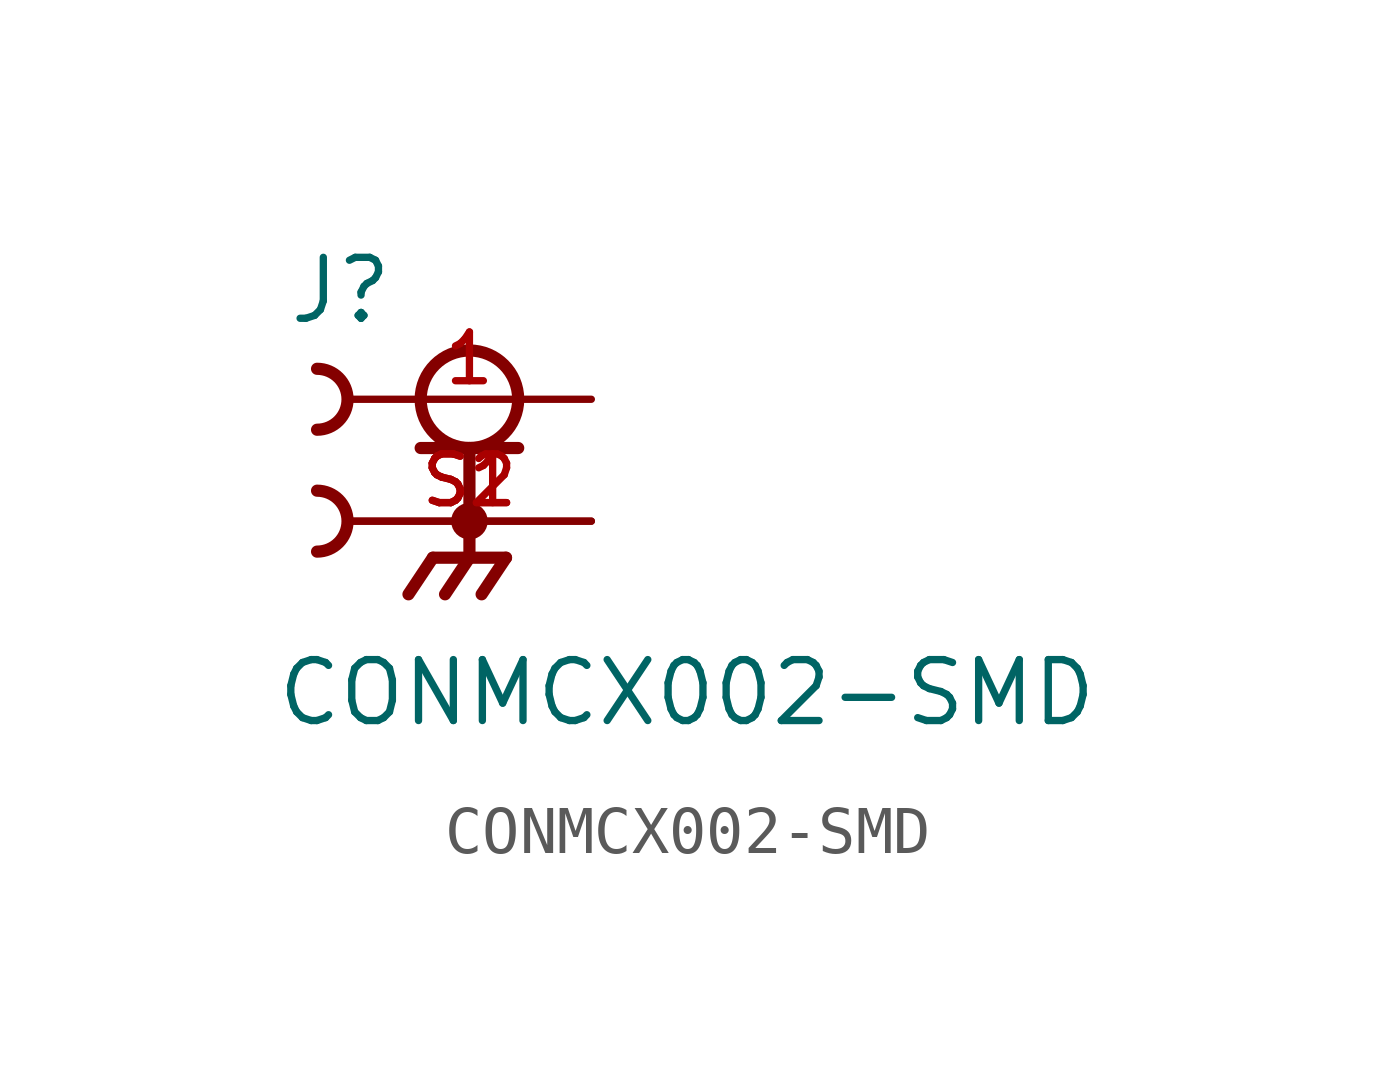
<source format=kicad_sym>
(kicad_symbol_lib
  (version 20211014)
  (generator kicad_symbol_editor)
  (symbol "CONMCX002-SMD"
    (pin_names
      (offset 1.016))
    (property "Reference" "J"
      (at -3.81 4.064 0)
      (effects (font (size 1.27 1.27)) (justify bottom left)))
    (property "Value" "CONMCX002-SMD"
      (at -4.064 -4.318 0)
      (effects (font (size 1.27 1.27)) (justify bottom left)))
    (symbol "CONMCX002-SMD_0_0"
      (circle (center 0.0 2.54) (radius 1.016) (stroke (width 0.254)) (fill (type none)))
      (polyline (pts (xy -1.016 1.524) (xy 0.0 1.524)) (stroke (width 0.254)))
      (polyline (pts (xy 0.0 1.524) (xy 1.016 1.524)) (stroke (width 0.254)))
      (polyline (pts (xy 0.0 1.524) (xy 0.0 -0.762)) (stroke (width 0.254)))
      (circle (center 0.0 0.0) (radius 0.254) (stroke (width 0.254)) (fill (type none)))
      (polyline (pts (xy 0.0 -0.762) (xy -0.762 -0.762)) (stroke (width 0.254)))
      (polyline (pts (xy 0.0 -0.762) (xy 0.762 -0.762)) (stroke (width 0.254)))
      (polyline (pts (xy -0.762 -0.762) (xy -1.27 -1.524)) (stroke (width 0.254)))
      (polyline (pts (xy 0.0 -0.762) (xy -0.508 -1.524)) (stroke (width 0.254)))
      (polyline (pts (xy 0.762 -0.762) (xy 0.254 -1.524)) (stroke (width 0.254)))
      (arc (start -3.175 3.175) (mid -2.54 2.54) (end -3.175 1.905) (stroke (width 0.254) (type default) (color 0 0 0 0)) (fill (type none)))
      (arc (start -3.175 0.635) (mid -2.54 -0.0) (end -3.175 -0.635) (stroke (width 0.254) (type default) (color 0 0 0 0)) (fill (type none)))
      (pin passive line (at 2.54 2.54 180.0) (length 5.08) (name "~" (effects (font (size 1.016 1.016)))) (number "1" (effects (font (size 1.016 1.016)))))
      (pin passive line (at 2.54 0.0 180.0) (length 5.08) (name "~" (effects (font (size 1.016 1.016)))) (number "S1" (effects (font (size 1.016 1.016)))))
      (pin passive line (at 2.54 0.0 180.0) (length 5.08) (name "~" (effects (font (size 1.016 1.016)))) (number "S2" (effects (font (size 1.016 1.016))))))))
</source>
